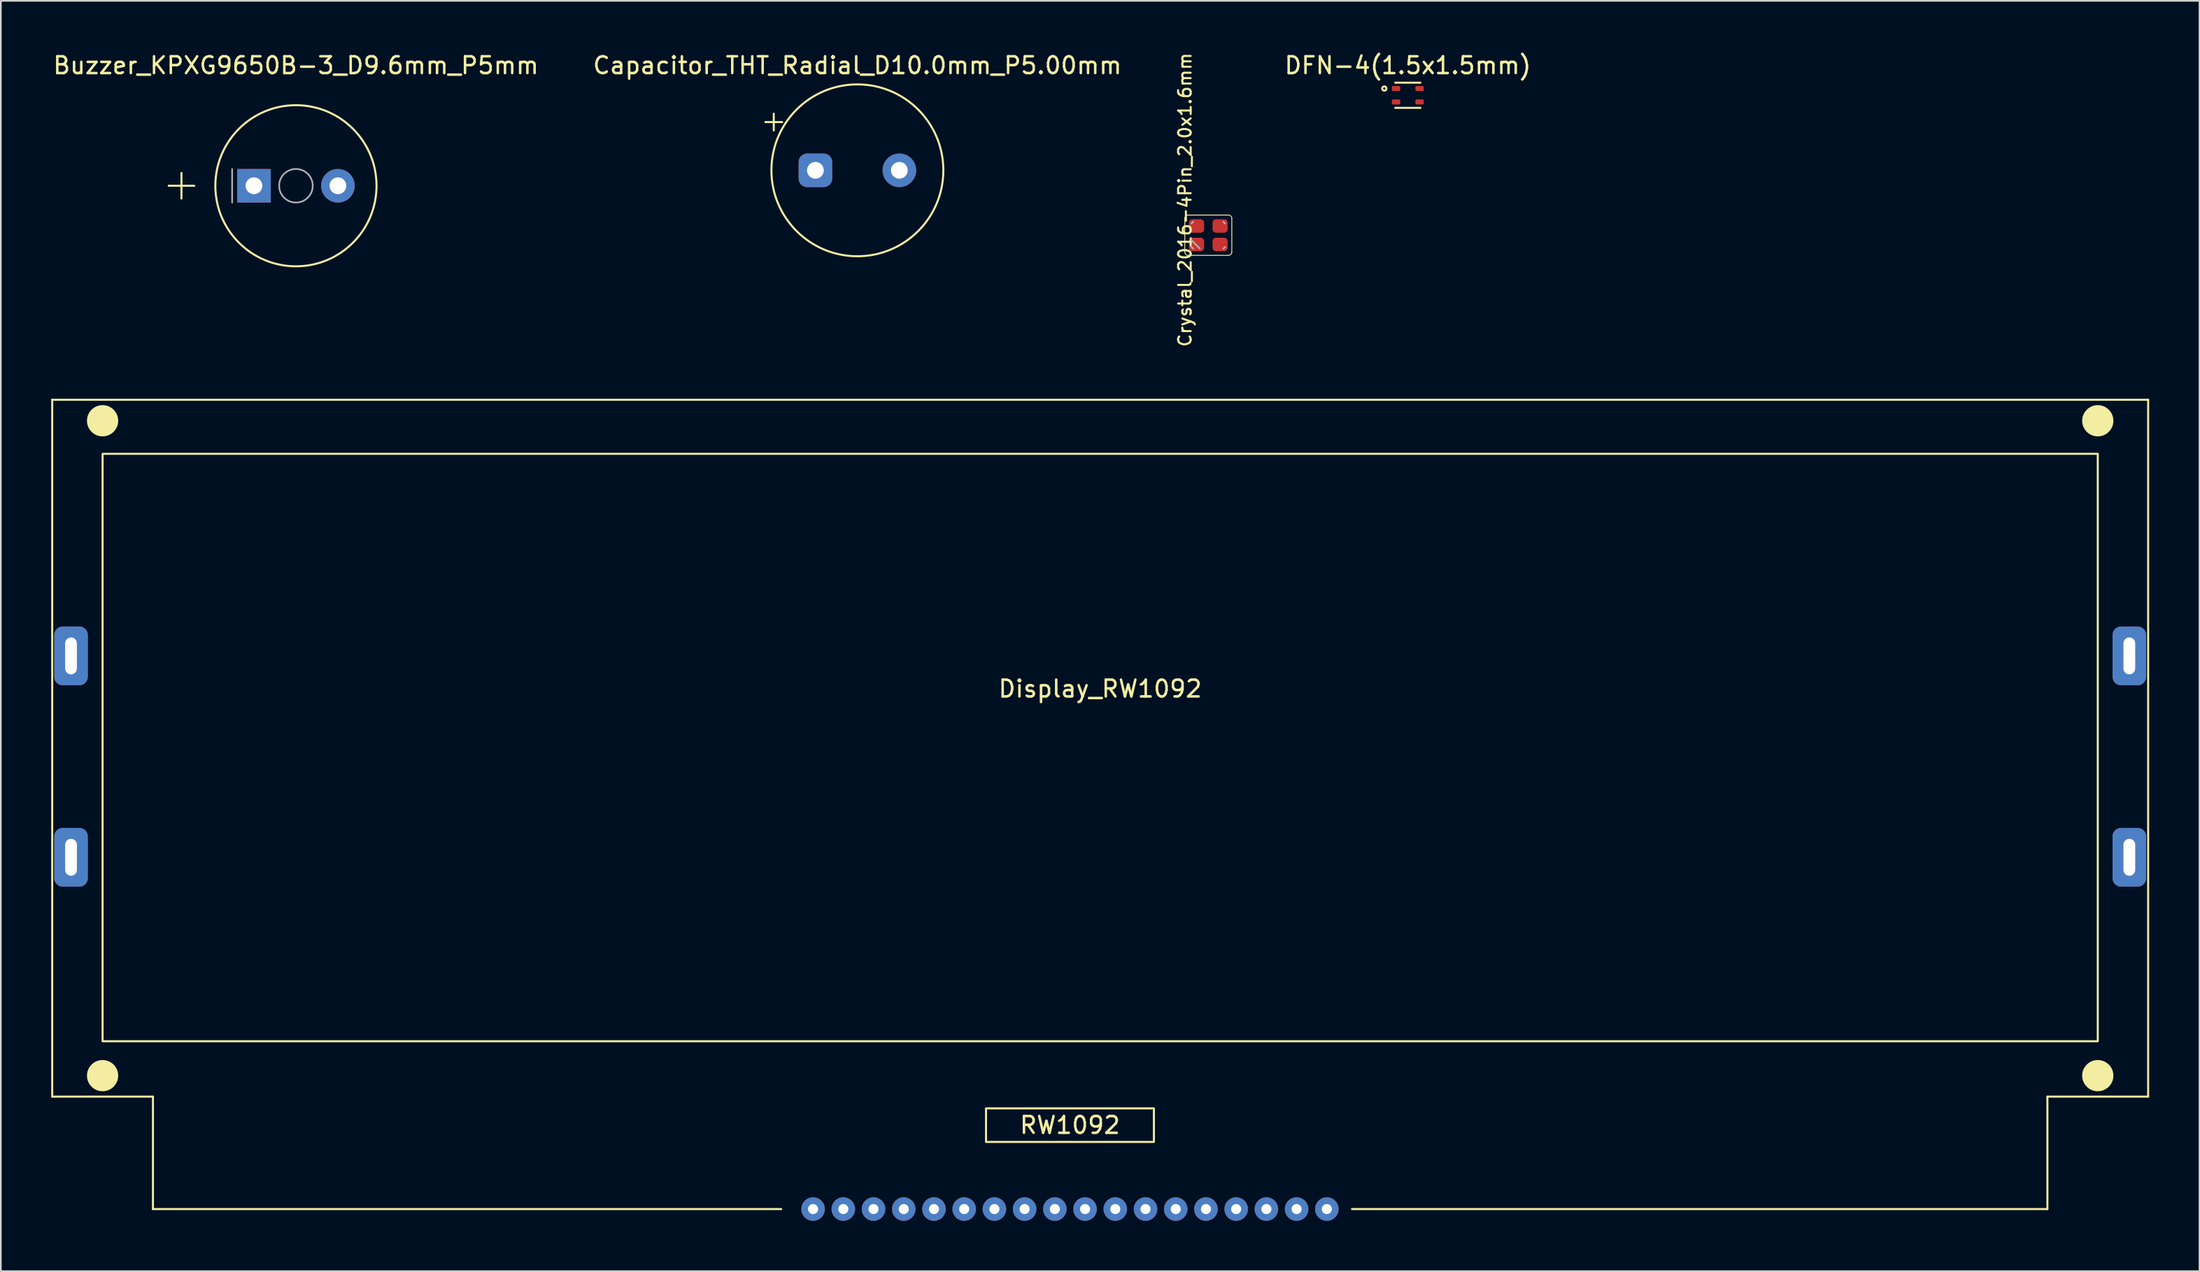
<source format=kicad_pcb>
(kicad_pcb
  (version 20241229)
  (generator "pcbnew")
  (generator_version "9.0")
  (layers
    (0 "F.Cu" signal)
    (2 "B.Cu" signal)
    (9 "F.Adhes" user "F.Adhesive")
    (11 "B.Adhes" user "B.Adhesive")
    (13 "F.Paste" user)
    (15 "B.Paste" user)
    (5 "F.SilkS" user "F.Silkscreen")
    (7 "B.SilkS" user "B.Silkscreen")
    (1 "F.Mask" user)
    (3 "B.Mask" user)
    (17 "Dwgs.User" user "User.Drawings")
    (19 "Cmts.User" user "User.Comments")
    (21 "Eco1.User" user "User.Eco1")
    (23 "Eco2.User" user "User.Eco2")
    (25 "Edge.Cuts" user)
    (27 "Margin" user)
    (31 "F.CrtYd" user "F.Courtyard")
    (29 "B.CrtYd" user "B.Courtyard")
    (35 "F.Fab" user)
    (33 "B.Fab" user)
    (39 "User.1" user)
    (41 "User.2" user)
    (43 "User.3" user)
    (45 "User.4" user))
  (footprint "Buzzer_KPXG9650B-3_D9.6mm_P5mm"
    (layer "F.Cu")
    (at 12.077 8.018)
    (property "Reference" "Buzzer_KPXG9650B-3_D9.6mm_P5mm" (at 2.5 -7.17 0) (layer "F.SilkS") (effects (font (size 1 1) (thickness 0.15))))
    (attr through_hole)
    (fp_line (start -5.08 0) (end -3.556 0) (stroke (width 0.12) (type solid)) (layer "F.SilkS"))
    (fp_line (start -4.318 0.762) (end -4.318 -0.762) (stroke (width 0.12) (type solid)) (layer "F.SilkS"))
    (fp_circle (center 2.5 0) (end 7.3 0) (stroke (width 0.12) (type solid)) (fill no) (layer "F.SilkS"))
    (fp_line (start -1.3 -1) (end -1.3 1) (stroke (width 0.1) (type solid)) (layer "F.Fab"))
    (fp_circle (center 2.5 0) (end 3.5 0) (stroke (width 0.1) (type solid)) (fill no) (layer "F.Fab"))
    (pad "1" thru_hole rect (at 0 0) (size 2 2) (drill 1) (layers "*.Cu" "*.Mask"))
    (pad "2" thru_hole circle (at 5 0) (size 2 2) (drill 1) (layers "*.Cu" "*.Mask")))
  (footprint "Capacitor_THT_Radial_D10.0mm_P5.00mm"
    (layer "F.Cu")
    (at 45.518 7.098)
    (property "Reference" "Capacitor_THT_Radial_D10.0mm_P5.00mm" (at 2.5 -6.25 0) (layer "F.SilkS") (effects (font (size 1 1) (thickness 0.15))))
    (attr through_hole)
    (fp_line (start -2.98 -2.875) (end -1.98 -2.875) (stroke (width 0.12) (type solid)) (layer "F.SilkS"))
    (fp_line (start -2.48 -3.375) (end -2.48 -2.375) (stroke (width 0.12) (type solid)) (layer "F.SilkS"))
    (fp_circle (center 2.5 0) (end 7.62 0) (stroke (width 0.12) (type solid)) (fill no) (layer "F.SilkS"))
    (pad "1" thru_hole roundrect (at 0 0) (size 2 2) (drill 1) (layers "*.Cu" "*.Mask") (roundrect_rratio 0.25))
    (pad "2" thru_hole circle (at 5 0) (size 2 2) (drill 1) (layers "*.Cu" "*.Mask")))
  (footprint "DFN-4(1.5x1.5mm)"
    (layer "F.Cu")
    (at 80.804 2.626)
    (property "Reference" "DFN-4(1.5x1.5mm)" (at 0 -1.778 0) (unlocked yes) (layer "F.SilkS") (effects (font (size 1 1) (thickness 0.15))))
    (fp_line (start -0.75 -0.75) (end 0.75 -0.75) (stroke (width 0.12) (type solid)) (layer "F.SilkS"))
    (fp_line (start 0.75 0.75) (end -0.75 0.75) (stroke (width 0.12) (type solid)) (layer "F.SilkS"))
    (fp_circle (center -1.4 -0.4) (end -1.273 -0.4) (stroke (width 0.12) (type solid)) (fill no) (layer "F.SilkS"))
    (pad "1" smd roundrect (at -0.7 -0.4) (size 0.5 0.3) (layers "F.Cu" "F.Mask" "F.Paste") (roundrect_rratio 0.25))
    (pad "2" smd roundrect (at -0.7 0.4) (size 0.5 0.3) (layers "F.Cu" "F.Mask" "F.Paste") (roundrect_rratio 0.25))
    (pad "3" smd roundrect (at 0.7 0.4) (size 0.5 0.3) (layers "F.Cu" "F.Mask" "F.Paste") (roundrect_rratio 0.25))
    (pad "4" smd roundrect (at 0.7 -0.4) (size 0.5 0.3) (layers "F.Cu" "F.Mask" "F.Paste") (roundrect_rratio 0.25)))
  (footprint "Crystal_2016-4Pin_2.0x1.6mm"
    (layer "F.Cu")
    (at 68.92 10.965)
    (property "Reference" "Crystal_2016-4Pin_2.0x1.6mm" (at -1.39 -2.11 270) (layer "F.SilkS") (effects (font (size 0.75 0.75) (thickness 0.12))))
    (attr smd)
    (fp_line (start -1.4 -1) (end -1.4 1) (stroke (width 0.05) (type solid)) (layer "F.SilkS"))
    (fp_line (start -1.2 1.2) (end 1.2 1.2) (stroke (width 0.05) (type solid)) (layer "F.SilkS"))
    (fp_line (start 1.2 -1.2) (end -1.2 -1.2) (stroke (width 0.05) (type solid)) (layer "F.SilkS"))
    (fp_line (start 1.4 1) (end 1.4 -1) (stroke (width 0.05) (type solid)) (layer "F.SilkS"))
    (fp_arc (start -1.4 -1) (mid -1.341421 -1.141421) (end -1.2 -1.2) (stroke (width 0.05) (type solid)) (layer "F.SilkS"))
    (fp_arc (start -1.2 1.2) (mid -1.341421 1.141421) (end -1.4 1) (stroke (width 0.05) (type solid)) (layer "F.SilkS"))
    (fp_arc (start 1.2 -1.2) (mid 1.341421 -1.141421) (end 1.4 -1) (stroke (width 0.05) (type solid)) (layer "F.SilkS"))
    (fp_arc (start 1.4 1) (mid 1.341421 1.141421) (end 1.2 1.2) (stroke (width 0.05) (type solid)) (layer "F.SilkS"))
    (fp_line (start -1 -0.7) (end -0.9 -0.8) (stroke (width 0.1) (type solid)) (layer "F.Fab"))
    (fp_line (start -1 0.3) (end -0.5 0.8) (stroke (width 0.1) (type solid)) (layer "F.Fab"))
    (fp_line (start -0.9 0.8) (end -1 0.7) (stroke (width 0.1) (type solid)) (layer "F.Fab"))
    (fp_line (start 0.9 -0.8) (end 1 -0.7) (stroke (width 0.1) (type solid)) (layer "F.Fab"))
    (fp_line (start 1 0.7) (end 0.9 0.8) (stroke (width 0.1) (type solid)) (layer "F.Fab"))
    (pad "1" smd roundrect (at -0.7 0.55) (size 0.9 0.8) (layers "F.Cu" "F.Mask" "F.Paste") (roundrect_rratio 0.25))
    (pad "2" smd roundrect (at 0.7 0.55) (size 0.9 0.8) (layers "F.Cu" "F.Mask" "F.Paste") (roundrect_rratio 0.25))
    (pad "3" smd roundrect (at 0.7 -0.55) (size 0.9 0.8) (layers "F.Cu" "F.Mask" "F.Paste") (roundrect_rratio 0.25))
    (pad "4" smd roundrect (at -0.7 -0.55) (size 0.9 0.8) (layers "F.Cu" "F.Mask" "F.Paste") (roundrect_rratio 0.25)))
  (footprint "Display_RW1092"
    (layer "F.Cu")
    (at 62.48 68.99)
    (property "Reference" "Display_RW1092" (at 0 -31 0) (unlocked yes) (layer "F.SilkS") (effects (font (size 1 1) (thickness 0.15))))
    (attr through_hole)
    (fp_line (start -62.42 -48.22) (end 62.42 -48.22) (stroke (width 0.12) (type solid)) (layer "F.SilkS"))
    (fp_line (start -62.42 -6.7) (end -62.42 -48.22) (stroke (width 0.12) (type solid)) (layer "F.SilkS"))
    (fp_line (start -56.42 -6.7) (end -62.42 -6.7) (stroke (width 0.12) (type solid)) (layer "F.SilkS"))
    (fp_line (start -56.42 0) (end -56.42 -6.7) (stroke (width 0.12) (type solid)) (layer "F.SilkS"))
    (fp_line (start -56.42 0) (end -19 0) (stroke (width 0.12) (type solid)) (layer "F.SilkS"))
    (fp_line (start 15 0) (end 56.42 0) (stroke (width 0.12) (type solid)) (layer "F.SilkS"))
    (fp_line (start 56.42 -6.7) (end 56.42 0) (stroke (width 0.12) (type solid)) (layer "F.SilkS"))
    (fp_line (start 62.42 -48.22) (end 62.42 -6.7) (stroke (width 0.12) (type solid)) (layer "F.SilkS"))
    (fp_line (start 62.42 -6.7) (end 56.42 -6.7) (stroke (width 0.12) (type solid)) (layer "F.SilkS"))
    (fp_rect (start -59.42 -45) (end 59.42 -10) (stroke (width 0.12) (type solid)) (fill no) (layer "F.SilkS"))
    (fp_rect (start -6.8 -6) (end 3.2 -4) (stroke (width 0.12) (type solid)) (fill no) (layer "F.SilkS"))
    (fp_circle (center -59.42 -46.97) (end -58.565 -46.97) (stroke (width 0.15) (type solid)) (fill yes) (layer "F.SilkS"))
    (fp_circle (center -59.42 -7.95) (end -58.565 -7.95) (stroke (width 0.15) (type solid)) (fill yes) (layer "F.SilkS"))
    (fp_circle (center 59.42 -46.97) (end 60.275 -46.97) (stroke (width 0.15) (type solid)) (fill yes) (layer "F.SilkS"))
    (fp_circle (center 59.42 -7.95) (end 60.275 -7.95) (stroke (width 0.15) (type solid)) (fill yes) (layer "F.SilkS"))
    (fp_text user "RW1092" (at -1.8 -5 0) (unlocked yes) (layer "F.SilkS") (effects (font (size 1 1) (thickness 0.15))))
    (pad "1" thru_hole circle (at -17.1 0) (size 1.4 1.4) (drill 0.6) (layers "*.Cu" "*.Mask"))
    (pad "2" thru_hole circle (at -15.3 0) (size 1.4 1.4) (drill 0.6) (layers "*.Cu" "*.Mask"))
    (pad "3" thru_hole circle (at -13.5 0) (size 1.4 1.4) (drill 0.6) (layers "*.Cu" "*.Mask"))
    (pad "4" thru_hole circle (at -11.7 0) (size 1.4 1.4) (drill 0.6) (layers "*.Cu" "*.Mask"))
    (pad "5" thru_hole circle (at -9.9 0) (size 1.4 1.4) (drill 0.6) (layers "*.Cu" "*.Mask"))
    (pad "6" thru_hole circle (at -8.1 0) (size 1.4 1.4) (drill 0.6) (layers "*.Cu" "*.Mask"))
    (pad "7" thru_hole circle (at -6.3 0) (size 1.4 1.4) (drill 0.6) (layers "*.Cu" "*.Mask"))
    (pad "8" thru_hole circle (at -4.5 0) (size 1.4 1.4) (drill 0.6) (layers "*.Cu" "*.Mask"))
    (pad "9" thru_hole circle (at -2.7 0) (size 1.4 1.4) (drill 0.6) (layers "*.Cu" "*.Mask"))
    (pad "10" thru_hole circle (at -0.9 0) (size 1.4 1.4) (drill 0.6) (layers "*.Cu" "*.Mask"))
    (pad "11" thru_hole circle (at 0.9 0) (size 1.4 1.4) (drill 0.6) (layers "*.Cu" "*.Mask"))
    (pad "12" thru_hole circle (at 2.7 0) (size 1.4 1.4) (drill 0.6) (layers "*.Cu" "*.Mask"))
    (pad "13" thru_hole circle (at 4.5 0) (size 1.4 1.4) (drill 0.6) (layers "*.Cu" "*.Mask"))
    (pad "14" thru_hole circle (at 6.3 0) (size 1.4 1.4) (drill 0.6) (layers "*.Cu" "*.Mask"))
    (pad "15" thru_hole circle (at 8.1 0) (size 1.4 1.4) (drill 0.6) (layers "*.Cu" "*.Mask"))
    (pad "16" thru_hole circle (at 9.9 0) (size 1.4 1.4) (drill 0.6) (layers "*.Cu" "*.Mask"))
    (pad "17" thru_hole circle (at 11.7 0) (size 1.4 1.4) (drill 0.6) (layers "*.Cu" "*.Mask"))
    (pad "18" thru_hole circle (at 13.5 0) (size 1.4 1.4) (drill 0.6) (layers "*.Cu" "*.Mask"))
    (pad "19" thru_hole roundrect (at -61.3 -32.96) (size 2 3.5) (drill oval 0.7 2.2) (layers "*.Cu" "*.Mask") (roundrect_rratio 0.25))
    (pad "19" thru_hole roundrect (at 61.3 -32.96) (size 2 3.5) (drill oval 0.7 2.2) (layers "*.Cu" "*.Mask") (roundrect_rratio 0.25))
    (pad "20" thru_hole roundrect (at -61.3 -20.96) (size 2 3.5) (drill oval 0.7 2.2) (layers "*.Cu" "*.Mask") (roundrect_rratio 0.25))
    (pad "20" thru_hole roundrect (at 61.3 -20.96) (size 2 3.5) (drill oval 0.7 2.2) (layers "*.Cu" "*.Mask") (roundrect_rratio 0.25)))
  (gr_rect
    (start -3 -3)
    (end 127.96 72.69)
    (stroke (width 0.1) (type default))
    (fill no)
    (layer "Edge.Cuts")))
</source>
